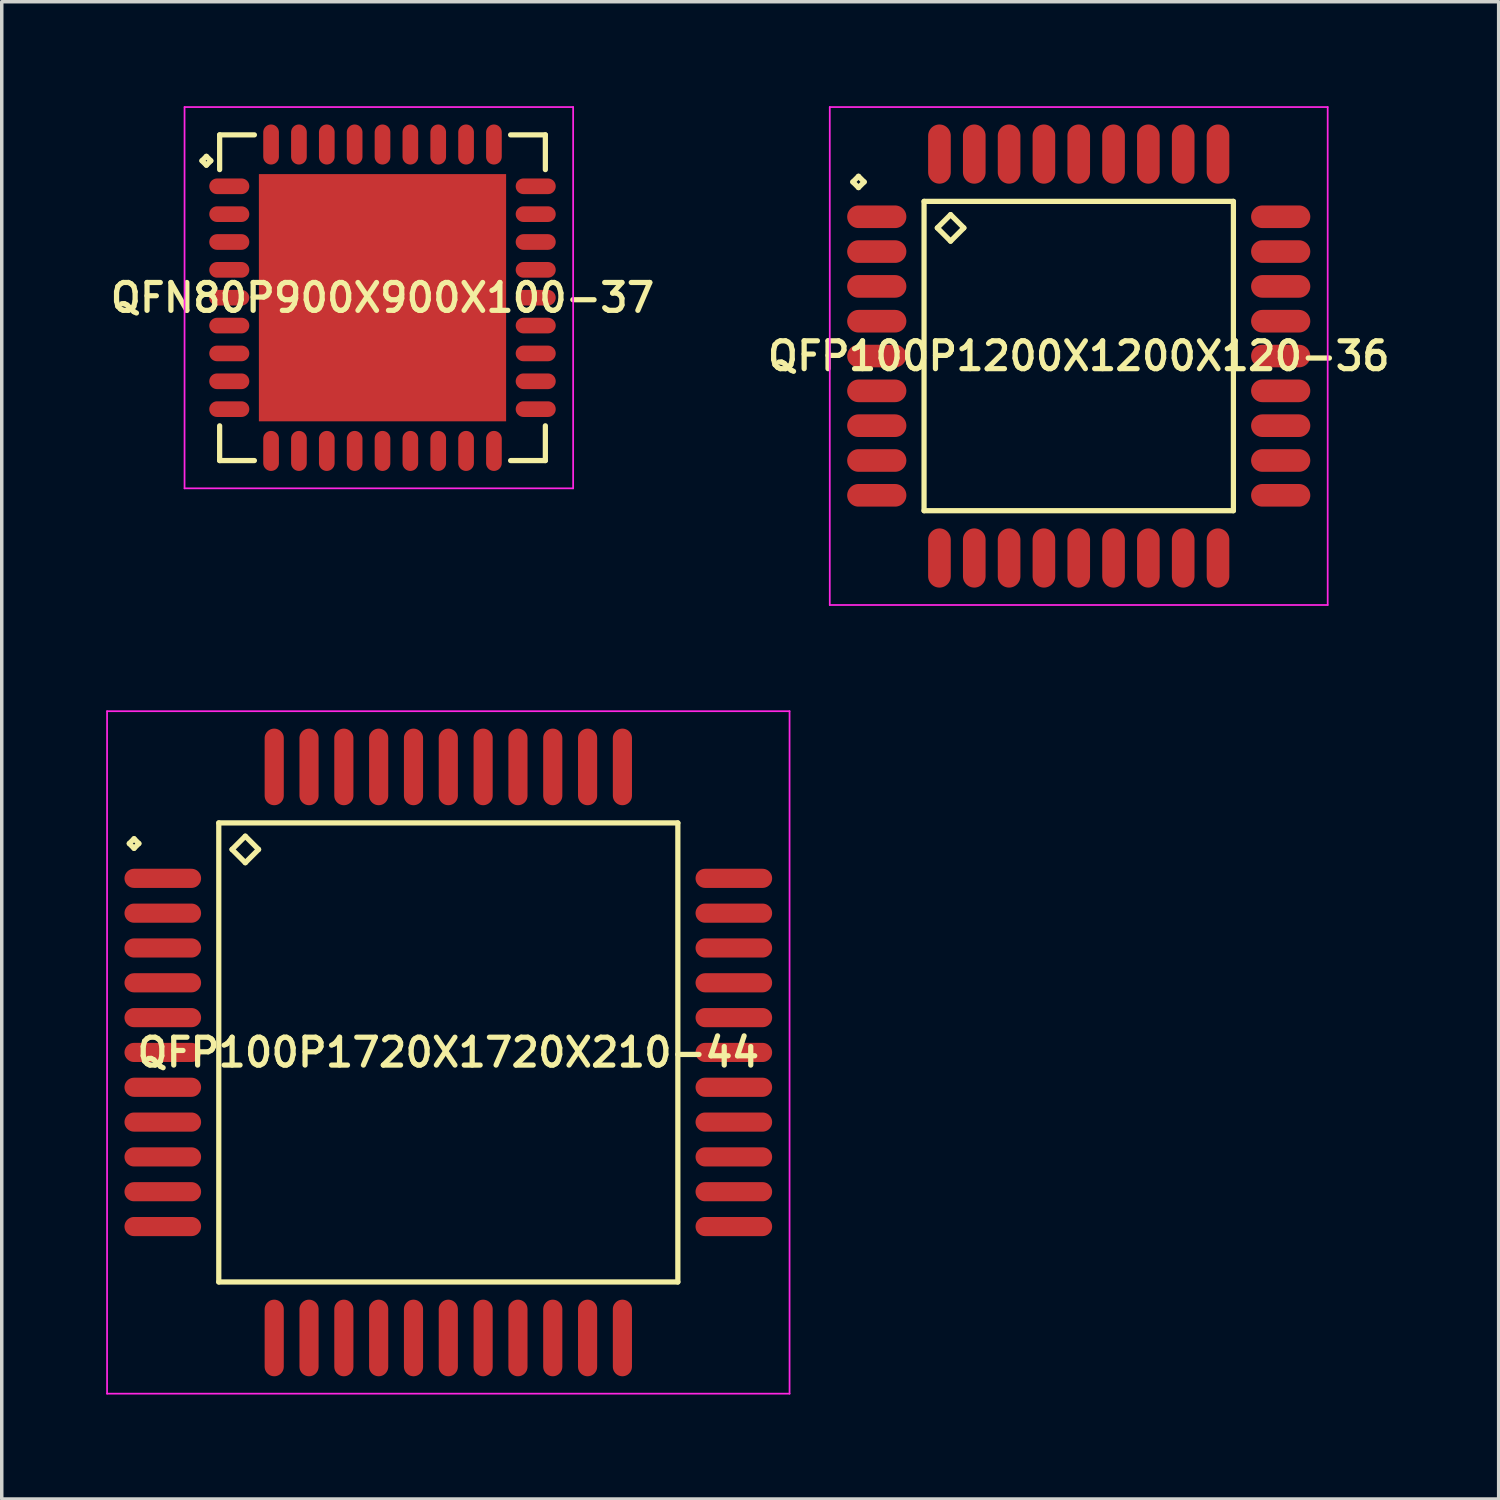
<source format=kicad_pcb>
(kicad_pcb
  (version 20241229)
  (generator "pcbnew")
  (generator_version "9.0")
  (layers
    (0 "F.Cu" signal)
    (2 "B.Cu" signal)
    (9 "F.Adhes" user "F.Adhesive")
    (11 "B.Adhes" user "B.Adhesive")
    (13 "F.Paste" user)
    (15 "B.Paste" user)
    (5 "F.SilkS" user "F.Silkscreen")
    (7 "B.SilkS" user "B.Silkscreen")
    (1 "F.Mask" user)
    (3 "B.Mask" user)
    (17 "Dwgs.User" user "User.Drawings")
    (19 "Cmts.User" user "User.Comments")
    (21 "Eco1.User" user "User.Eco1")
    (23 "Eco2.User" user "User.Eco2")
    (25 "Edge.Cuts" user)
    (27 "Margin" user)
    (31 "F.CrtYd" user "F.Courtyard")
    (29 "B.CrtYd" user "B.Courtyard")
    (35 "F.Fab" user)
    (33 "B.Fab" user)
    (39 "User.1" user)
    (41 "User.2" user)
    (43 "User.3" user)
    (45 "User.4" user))
  (footprint "QFP100P1200X1200X120-36"
    (layer "F.Cu")
    (at 27.93 7.175)
    (property "Reference" "QFP100P1200X1200X120-36" (at 0 0 0) (layer "F.SilkS") (effects (font (size 0.8 0.8) (thickness 0.15))))
    (attr smd)
    (fp_line (start -6.487 -5) (end -6.325 -5.162) (stroke (width 0.15) (type solid)) (layer "F.SilkS"))
    (fp_line (start -6.325 -5.162) (end -6.162 -5) (stroke (width 0.15) (type solid)) (layer "F.SilkS"))
    (fp_line (start -6.325 -4.838) (end -6.487 -5) (stroke (width 0.15) (type solid)) (layer "F.SilkS"))
    (fp_line (start -6.162 -5) (end -6.325 -4.838) (stroke (width 0.15) (type solid)) (layer "F.SilkS"))
    (fp_line (start -4.442 -4.442) (end -4.442 4.442) (stroke (width 0.15) (type solid)) (layer "F.SilkS"))
    (fp_line (start -4.442 4.442) (end 4.442 4.442) (stroke (width 0.15) (type solid)) (layer "F.SilkS"))
    (fp_line (start -4.061 -3.68) (end -3.68 -4.061) (stroke (width 0.15) (type solid)) (layer "F.SilkS"))
    (fp_line (start -3.68 -4.061) (end -3.299 -3.68) (stroke (width 0.15) (type solid)) (layer "F.SilkS"))
    (fp_line (start -3.68 -3.299) (end -4.061 -3.68) (stroke (width 0.15) (type solid)) (layer "F.SilkS"))
    (fp_line (start -3.299 -3.68) (end -3.68 -3.299) (stroke (width 0.15) (type solid)) (layer "F.SilkS"))
    (fp_line (start 4.442 -4.442) (end -4.442 -4.442) (stroke (width 0.15) (type solid)) (layer "F.SilkS"))
    (fp_line (start 4.442 4.442) (end 4.442 -4.442) (stroke (width 0.15) (type solid)) (layer "F.SilkS"))
    (fp_line (start -7.15 -7.15) (end 7.15 -7.15) (stroke (width 0.05) (type solid)) (layer "F.CrtYd"))
    (fp_line (start -7.15 7.15) (end -7.15 -7.15) (stroke (width 0.05) (type solid)) (layer "F.CrtYd"))
    (fp_line (start 7.15 -7.15) (end 7.15 7.15) (stroke (width 0.05) (type solid)) (layer "F.CrtYd"))
    (fp_line (start 7.15 7.15) (end -7.15 7.15) (stroke (width 0.05) (type solid)) (layer "F.CrtYd"))
    (pad "1" smd oval (at -5.8 -4) (size 1.7 0.65) (layers "F.Cu" "F.Mask" "F.Paste"))
    (pad "2" smd oval (at -5.8 -3) (size 1.7 0.65) (layers "F.Cu" "F.Mask" "F.Paste"))
    (pad "3" smd oval (at -5.8 -2) (size 1.7 0.65) (layers "F.Cu" "F.Mask" "F.Paste"))
    (pad "4" smd oval (at -5.8 -1) (size 1.7 0.65) (layers "F.Cu" "F.Mask" "F.Paste"))
    (pad "5" smd oval (at -5.8 0) (size 1.7 0.65) (layers "F.Cu" "F.Mask" "F.Paste"))
    (pad "6" smd oval (at -5.8 1) (size 1.7 0.65) (layers "F.Cu" "F.Mask" "F.Paste"))
    (pad "7" smd oval (at -5.8 2) (size 1.7 0.65) (layers "F.Cu" "F.Mask" "F.Paste"))
    (pad "8" smd oval (at -5.8 3) (size 1.7 0.65) (layers "F.Cu" "F.Mask" "F.Paste"))
    (pad "9" smd oval (at -5.8 4) (size 1.7 0.65) (layers "F.Cu" "F.Mask" "F.Paste"))
    (pad "10" smd oval (at -4 5.8) (size 0.65 1.7) (layers "F.Cu" "F.Mask" "F.Paste"))
    (pad "11" smd oval (at -3 5.8) (size 0.65 1.7) (layers "F.Cu" "F.Mask" "F.Paste"))
    (pad "12" smd oval (at -2 5.8) (size 0.65 1.7) (layers "F.Cu" "F.Mask" "F.Paste"))
    (pad "13" smd oval (at -1 5.8) (size 0.65 1.7) (layers "F.Cu" "F.Mask" "F.Paste"))
    (pad "14" smd oval (at 0 5.8) (size 0.65 1.7) (layers "F.Cu" "F.Mask" "F.Paste"))
    (pad "15" smd oval (at 1 5.8) (size 0.65 1.7) (layers "F.Cu" "F.Mask" "F.Paste"))
    (pad "16" smd oval (at 2 5.8) (size 0.65 1.7) (layers "F.Cu" "F.Mask" "F.Paste"))
    (pad "17" smd oval (at 3 5.8) (size 0.65 1.7) (layers "F.Cu" "F.Mask" "F.Paste"))
    (pad "18" smd oval (at 4 5.8) (size 0.65 1.7) (layers "F.Cu" "F.Mask" "F.Paste"))
    (pad "19" smd oval (at 5.8 4) (size 1.7 0.65) (layers "F.Cu" "F.Mask" "F.Paste"))
    (pad "20" smd oval (at 5.8 3) (size 1.7 0.65) (layers "F.Cu" "F.Mask" "F.Paste"))
    (pad "21" smd oval (at 5.8 2) (size 1.7 0.65) (layers "F.Cu" "F.Mask" "F.Paste"))
    (pad "22" smd oval (at 5.8 1) (size 1.7 0.65) (layers "F.Cu" "F.Mask" "F.Paste"))
    (pad "23" smd oval (at 5.8 0) (size 1.7 0.65) (layers "F.Cu" "F.Mask" "F.Paste"))
    (pad "24" smd oval (at 5.8 -1) (size 1.7 0.65) (layers "F.Cu" "F.Mask" "F.Paste"))
    (pad "25" smd oval (at 5.8 -2) (size 1.7 0.65) (layers "F.Cu" "F.Mask" "F.Paste"))
    (pad "26" smd oval (at 5.8 -3) (size 1.7 0.65) (layers "F.Cu" "F.Mask" "F.Paste"))
    (pad "27" smd oval (at 5.8 -4) (size 1.7 0.65) (layers "F.Cu" "F.Mask" "F.Paste"))
    (pad "28" smd oval (at 4 -5.8) (size 0.65 1.7) (layers "F.Cu" "F.Mask" "F.Paste"))
    (pad "29" smd oval (at 3 -5.8) (size 0.65 1.7) (layers "F.Cu" "F.Mask" "F.Paste"))
    (pad "30" smd oval (at 2 -5.8) (size 0.65 1.7) (layers "F.Cu" "F.Mask" "F.Paste"))
    (pad "31" smd oval (at 1 -5.8) (size 0.65 1.7) (layers "F.Cu" "F.Mask" "F.Paste"))
    (pad "32" smd oval (at 0 -5.8) (size 0.65 1.7) (layers "F.Cu" "F.Mask" "F.Paste"))
    (pad "33" smd oval (at -1 -5.8) (size 0.65 1.7) (layers "F.Cu" "F.Mask" "F.Paste"))
    (pad "34" smd oval (at -2 -5.8) (size 0.65 1.7) (layers "F.Cu" "F.Mask" "F.Paste"))
    (pad "35" smd oval (at -3 -5.8) (size 0.65 1.7) (layers "F.Cu" "F.Mask" "F.Paste"))
    (pad "36" smd oval (at -4 -5.8) (size 0.65 1.7) (layers "F.Cu" "F.Mask" "F.Paste")))
  (footprint "QFP100P1720X1720X210-44"
    (layer "F.Cu")
    (at 9.825 27.175)
    (property "Reference" "QFP100P1720X1720X210-44" (at 0 0 0) (layer "F.SilkS") (effects (font (size 0.8 0.8) (thickness 0.15))))
    (attr smd)
    (fp_line (start -9.162 -6) (end -9.025 -6.138) (stroke (width 0.15) (type solid)) (layer "F.SilkS"))
    (fp_line (start -9.025 -6.138) (end -8.887 -6) (stroke (width 0.15) (type solid)) (layer "F.SilkS"))
    (fp_line (start -9.025 -5.862) (end -9.162 -6) (stroke (width 0.15) (type solid)) (layer "F.SilkS"))
    (fp_line (start -8.887 -6) (end -9.025 -5.862) (stroke (width 0.15) (type solid)) (layer "F.SilkS"))
    (fp_line (start -6.592 -6.592) (end -6.592 6.592) (stroke (width 0.15) (type solid)) (layer "F.SilkS"))
    (fp_line (start -6.592 6.592) (end 6.592 6.592) (stroke (width 0.15) (type solid)) (layer "F.SilkS"))
    (fp_line (start -6.211 -5.83) (end -5.83 -6.211) (stroke (width 0.15) (type solid)) (layer "F.SilkS"))
    (fp_line (start -5.83 -6.211) (end -5.449 -5.83) (stroke (width 0.15) (type solid)) (layer "F.SilkS"))
    (fp_line (start -5.83 -5.449) (end -6.211 -5.83) (stroke (width 0.15) (type solid)) (layer "F.SilkS"))
    (fp_line (start -5.449 -5.83) (end -5.83 -5.449) (stroke (width 0.15) (type solid)) (layer "F.SilkS"))
    (fp_line (start 6.592 -6.592) (end -6.592 -6.592) (stroke (width 0.15) (type solid)) (layer "F.SilkS"))
    (fp_line (start 6.592 6.592) (end 6.592 -6.592) (stroke (width 0.15) (type solid)) (layer "F.SilkS"))
    (fp_line (start -9.8 -9.8) (end 9.8 -9.8) (stroke (width 0.05) (type solid)) (layer "F.CrtYd"))
    (fp_line (start -9.8 9.8) (end -9.8 -9.8) (stroke (width 0.05) (type solid)) (layer "F.CrtYd"))
    (fp_line (start 9.8 -9.8) (end 9.8 9.8) (stroke (width 0.05) (type solid)) (layer "F.CrtYd"))
    (fp_line (start 9.8 9.8) (end -9.8 9.8) (stroke (width 0.05) (type solid)) (layer "F.CrtYd"))
    (pad "1" smd oval (at -8.2 -5) (size 2.2 0.55) (layers "F.Cu" "F.Mask" "F.Paste"))
    (pad "2" smd oval (at -8.2 -4) (size 2.2 0.55) (layers "F.Cu" "F.Mask" "F.Paste"))
    (pad "3" smd oval (at -8.2 -3) (size 2.2 0.55) (layers "F.Cu" "F.Mask" "F.Paste"))
    (pad "4" smd oval (at -8.2 -2) (size 2.2 0.55) (layers "F.Cu" "F.Mask" "F.Paste"))
    (pad "5" smd oval (at -8.2 -1) (size 2.2 0.55) (layers "F.Cu" "F.Mask" "F.Paste"))
    (pad "6" smd oval (at -8.2 0) (size 2.2 0.55) (layers "F.Cu" "F.Mask" "F.Paste"))
    (pad "7" smd oval (at -8.2 1) (size 2.2 0.55) (layers "F.Cu" "F.Mask" "F.Paste"))
    (pad "8" smd oval (at -8.2 2) (size 2.2 0.55) (layers "F.Cu" "F.Mask" "F.Paste"))
    (pad "9" smd oval (at -8.2 3) (size 2.2 0.55) (layers "F.Cu" "F.Mask" "F.Paste"))
    (pad "10" smd oval (at -8.2 4) (size 2.2 0.55) (layers "F.Cu" "F.Mask" "F.Paste"))
    (pad "11" smd oval (at -8.2 5) (size 2.2 0.55) (layers "F.Cu" "F.Mask" "F.Paste"))
    (pad "12" smd oval (at -5 8.2) (size 0.55 2.2) (layers "F.Cu" "F.Mask" "F.Paste"))
    (pad "13" smd oval (at -4 8.2) (size 0.55 2.2) (layers "F.Cu" "F.Mask" "F.Paste"))
    (pad "14" smd oval (at -3 8.2) (size 0.55 2.2) (layers "F.Cu" "F.Mask" "F.Paste"))
    (pad "15" smd oval (at -2 8.2) (size 0.55 2.2) (layers "F.Cu" "F.Mask" "F.Paste"))
    (pad "16" smd oval (at -1 8.2) (size 0.55 2.2) (layers "F.Cu" "F.Mask" "F.Paste"))
    (pad "17" smd oval (at 0 8.2) (size 0.55 2.2) (layers "F.Cu" "F.Mask" "F.Paste"))
    (pad "18" smd oval (at 1 8.2) (size 0.55 2.2) (layers "F.Cu" "F.Mask" "F.Paste"))
    (pad "19" smd oval (at 2 8.2) (size 0.55 2.2) (layers "F.Cu" "F.Mask" "F.Paste"))
    (pad "20" smd oval (at 3 8.2) (size 0.55 2.2) (layers "F.Cu" "F.Mask" "F.Paste"))
    (pad "21" smd oval (at 4 8.2) (size 0.55 2.2) (layers "F.Cu" "F.Mask" "F.Paste"))
    (pad "22" smd oval (at 5 8.2) (size 0.55 2.2) (layers "F.Cu" "F.Mask" "F.Paste"))
    (pad "23" smd oval (at 8.2 5) (size 2.2 0.55) (layers "F.Cu" "F.Mask" "F.Paste"))
    (pad "24" smd oval (at 8.2 4) (size 2.2 0.55) (layers "F.Cu" "F.Mask" "F.Paste"))
    (pad "25" smd oval (at 8.2 3) (size 2.2 0.55) (layers "F.Cu" "F.Mask" "F.Paste"))
    (pad "26" smd oval (at 8.2 2) (size 2.2 0.55) (layers "F.Cu" "F.Mask" "F.Paste"))
    (pad "27" smd oval (at 8.2 1) (size 2.2 0.55) (layers "F.Cu" "F.Mask" "F.Paste"))
    (pad "28" smd oval (at 8.2 0) (size 2.2 0.55) (layers "F.Cu" "F.Mask" "F.Paste"))
    (pad "29" smd oval (at 8.2 -1) (size 2.2 0.55) (layers "F.Cu" "F.Mask" "F.Paste"))
    (pad "30" smd oval (at 8.2 -2) (size 2.2 0.55) (layers "F.Cu" "F.Mask" "F.Paste"))
    (pad "31" smd oval (at 8.2 -3) (size 2.2 0.55) (layers "F.Cu" "F.Mask" "F.Paste"))
    (pad "32" smd oval (at 8.2 -4) (size 2.2 0.55) (layers "F.Cu" "F.Mask" "F.Paste"))
    (pad "33" smd oval (at 8.2 -5) (size 2.2 0.55) (layers "F.Cu" "F.Mask" "F.Paste"))
    (pad "34" smd oval (at 5 -8.2) (size 0.55 2.2) (layers "F.Cu" "F.Mask" "F.Paste"))
    (pad "35" smd oval (at 4 -8.2) (size 0.55 2.2) (layers "F.Cu" "F.Mask" "F.Paste"))
    (pad "36" smd oval (at 3 -8.2) (size 0.55 2.2) (layers "F.Cu" "F.Mask" "F.Paste"))
    (pad "37" smd oval (at 2 -8.2) (size 0.55 2.2) (layers "F.Cu" "F.Mask" "F.Paste"))
    (pad "38" smd oval (at 1 -8.2) (size 0.55 2.2) (layers "F.Cu" "F.Mask" "F.Paste"))
    (pad "39" smd oval (at 0 -8.2) (size 0.55 2.2) (layers "F.Cu" "F.Mask" "F.Paste"))
    (pad "40" smd oval (at -1 -8.2) (size 0.55 2.2) (layers "F.Cu" "F.Mask" "F.Paste"))
    (pad "41" smd oval (at -2 -8.2) (size 0.55 2.2) (layers "F.Cu" "F.Mask" "F.Paste"))
    (pad "42" smd oval (at -3 -8.2) (size 0.55 2.2) (layers "F.Cu" "F.Mask" "F.Paste"))
    (pad "43" smd oval (at -4 -8.2) (size 0.55 2.2) (layers "F.Cu" "F.Mask" "F.Paste"))
    (pad "44" smd oval (at -5 -8.2) (size 0.55 2.2) (layers "F.Cu" "F.Mask" "F.Paste")))
  (footprint "QFN80P900X900X100-37"
    (layer "F.Cu")
    (at 7.935 5.5)
    (property "Reference" "QFN80P900X900X100-37" (at 0 0 0) (layer "F.SilkS") (effects (font (size 0.8 0.8) (thickness 0.15))))
    (attr smd)
    (fp_line (start -5.185 -3.933) (end -5.058 -4.06) (stroke (width 0.15) (type solid)) (layer "F.SilkS"))
    (fp_line (start -5.058 -4.06) (end -4.931 -3.933) (stroke (width 0.15) (type solid)) (layer "F.SilkS"))
    (fp_line (start -5.058 -3.806) (end -5.185 -3.933) (stroke (width 0.15) (type solid)) (layer "F.SilkS"))
    (fp_line (start -4.931 -3.933) (end -5.058 -3.806) (stroke (width 0.15) (type solid)) (layer "F.SilkS"))
    (fp_line (start -4.677 -4.677) (end -3.679 -4.677) (stroke (width 0.15) (type solid)) (layer "F.SilkS"))
    (fp_line (start -4.677 -3.679) (end -4.677 -4.677) (stroke (width 0.15) (type solid)) (layer "F.SilkS"))
    (fp_line (start -4.677 3.679) (end -4.677 4.677) (stroke (width 0.15) (type solid)) (layer "F.SilkS"))
    (fp_line (start -4.677 4.677) (end -3.679 4.677) (stroke (width 0.15) (type solid)) (layer "F.SilkS"))
    (fp_line (start 3.679 -4.677) (end 4.677 -4.677) (stroke (width 0.15) (type solid)) (layer "F.SilkS"))
    (fp_line (start 3.679 4.677) (end 4.677 4.677) (stroke (width 0.15) (type solid)) (layer "F.SilkS"))
    (fp_line (start 4.677 -4.677) (end 4.677 -3.679) (stroke (width 0.15) (type solid)) (layer "F.SilkS"))
    (fp_line (start 4.677 4.677) (end 4.677 3.679) (stroke (width 0.15) (type solid)) (layer "F.SilkS"))
    (fp_line (start -5.685 -5.475) (end 5.475 -5.475) (stroke (width 0.05) (type solid)) (layer "F.CrtYd"))
    (fp_line (start -5.685 5.475) (end -5.685 -5.475) (stroke (width 0.05) (type solid)) (layer "F.CrtYd"))
    (fp_line (start 5.475 -5.475) (end 5.475 5.475) (stroke (width 0.05) (type solid)) (layer "F.CrtYd"))
    (fp_line (start 5.475 5.475) (end -5.685 5.475) (stroke (width 0.05) (type solid)) (layer "F.CrtYd"))
    (pad "1" smd oval (at -4.4 -3.2) (size 1.15 0.45) (layers "F.Cu" "F.Mask" "F.Paste"))
    (pad "2" smd oval (at -4.4 -2.4) (size 1.15 0.45) (layers "F.Cu" "F.Mask" "F.Paste"))
    (pad "3" smd oval (at -4.4 -1.6) (size 1.15 0.45) (layers "F.Cu" "F.Mask" "F.Paste"))
    (pad "4" smd oval (at -4.4 -0.8) (size 1.15 0.45) (layers "F.Cu" "F.Mask" "F.Paste"))
    (pad "5" smd oval (at -4.4 0) (size 1.15 0.45) (layers "F.Cu" "F.Mask" "F.Paste"))
    (pad "6" smd oval (at -4.4 0.8) (size 1.15 0.45) (layers "F.Cu" "F.Mask" "F.Paste"))
    (pad "7" smd oval (at -4.4 1.6) (size 1.15 0.45) (layers "F.Cu" "F.Mask" "F.Paste"))
    (pad "8" smd oval (at -4.4 2.4) (size 1.15 0.45) (layers "F.Cu" "F.Mask" "F.Paste"))
    (pad "9" smd oval (at -4.4 3.2) (size 1.15 0.45) (layers "F.Cu" "F.Mask" "F.Paste"))
    (pad "10" smd oval (at -3.2 4.4) (size 0.45 1.15) (layers "F.Cu" "F.Mask" "F.Paste"))
    (pad "11" smd oval (at -2.4 4.4) (size 0.45 1.15) (layers "F.Cu" "F.Mask" "F.Paste"))
    (pad "12" smd oval (at -1.6 4.4) (size 0.45 1.15) (layers "F.Cu" "F.Mask" "F.Paste"))
    (pad "13" smd oval (at -0.8 4.4) (size 0.45 1.15) (layers "F.Cu" "F.Mask" "F.Paste"))
    (pad "14" smd oval (at 0 4.4) (size 0.45 1.15) (layers "F.Cu" "F.Mask" "F.Paste"))
    (pad "15" smd oval (at 0.8 4.4) (size 0.45 1.15) (layers "F.Cu" "F.Mask" "F.Paste"))
    (pad "16" smd oval (at 1.6 4.4) (size 0.45 1.15) (layers "F.Cu" "F.Mask" "F.Paste"))
    (pad "17" smd oval (at 2.4 4.4) (size 0.45 1.15) (layers "F.Cu" "F.Mask" "F.Paste"))
    (pad "18" smd oval (at 3.2 4.4) (size 0.45 1.15) (layers "F.Cu" "F.Mask" "F.Paste"))
    (pad "19" smd oval (at 4.4 3.2) (size 1.15 0.45) (layers "F.Cu" "F.Mask" "F.Paste"))
    (pad "20" smd oval (at 4.4 2.4) (size 1.15 0.45) (layers "F.Cu" "F.Mask" "F.Paste"))
    (pad "21" smd oval (at 4.4 1.6) (size 1.15 0.45) (layers "F.Cu" "F.Mask" "F.Paste"))
    (pad "22" smd oval (at 4.4 0.8) (size 1.15 0.45) (layers "F.Cu" "F.Mask" "F.Paste"))
    (pad "23" smd oval (at 4.4 0) (size 1.15 0.45) (layers "F.Cu" "F.Mask" "F.Paste"))
    (pad "24" smd oval (at 4.4 -0.8) (size 1.15 0.45) (layers "F.Cu" "F.Mask" "F.Paste"))
    (pad "25" smd oval (at 4.4 -1.6) (size 1.15 0.45) (layers "F.Cu" "F.Mask" "F.Paste"))
    (pad "26" smd oval (at 4.4 -2.4) (size 1.15 0.45) (layers "F.Cu" "F.Mask" "F.Paste"))
    (pad "27" smd oval (at 4.4 -3.2) (size 1.15 0.45) (layers "F.Cu" "F.Mask" "F.Paste"))
    (pad "28" smd oval (at 3.2 -4.4) (size 0.45 1.15) (layers "F.Cu" "F.Mask" "F.Paste"))
    (pad "29" smd oval (at 2.4 -4.4) (size 0.45 1.15) (layers "F.Cu" "F.Mask" "F.Paste"))
    (pad "30" smd oval (at 1.6 -4.4) (size 0.45 1.15) (layers "F.Cu" "F.Mask" "F.Paste"))
    (pad "31" smd oval (at 0.8 -4.4) (size 0.45 1.15) (layers "F.Cu" "F.Mask" "F.Paste"))
    (pad "32" smd oval (at 0 -4.4) (size 0.45 1.15) (layers "F.Cu" "F.Mask" "F.Paste"))
    (pad "33" smd oval (at -0.8 -4.4) (size 0.45 1.15) (layers "F.Cu" "F.Mask" "F.Paste"))
    (pad "34" smd oval (at -1.6 -4.4) (size 0.45 1.15) (layers "F.Cu" "F.Mask" "F.Paste"))
    (pad "35" smd oval (at -2.4 -4.4) (size 0.45 1.15) (layers "F.Cu" "F.Mask" "F.Paste"))
    (pad "36" smd oval (at -3.2 -4.4) (size 0.45 1.15) (layers "F.Cu" "F.Mask" "F.Paste"))
    (pad "37" smd rect (at 0 0) (size 7.1 7.1) (layers "F.Cu" "F.Mask" "F.Paste")))
  (gr_rect
    (start -3 -3)
    (end 39.99 40)
    (stroke (width 0.1) (type default))
    (fill no)
    (layer "Edge.Cuts")))
</source>
